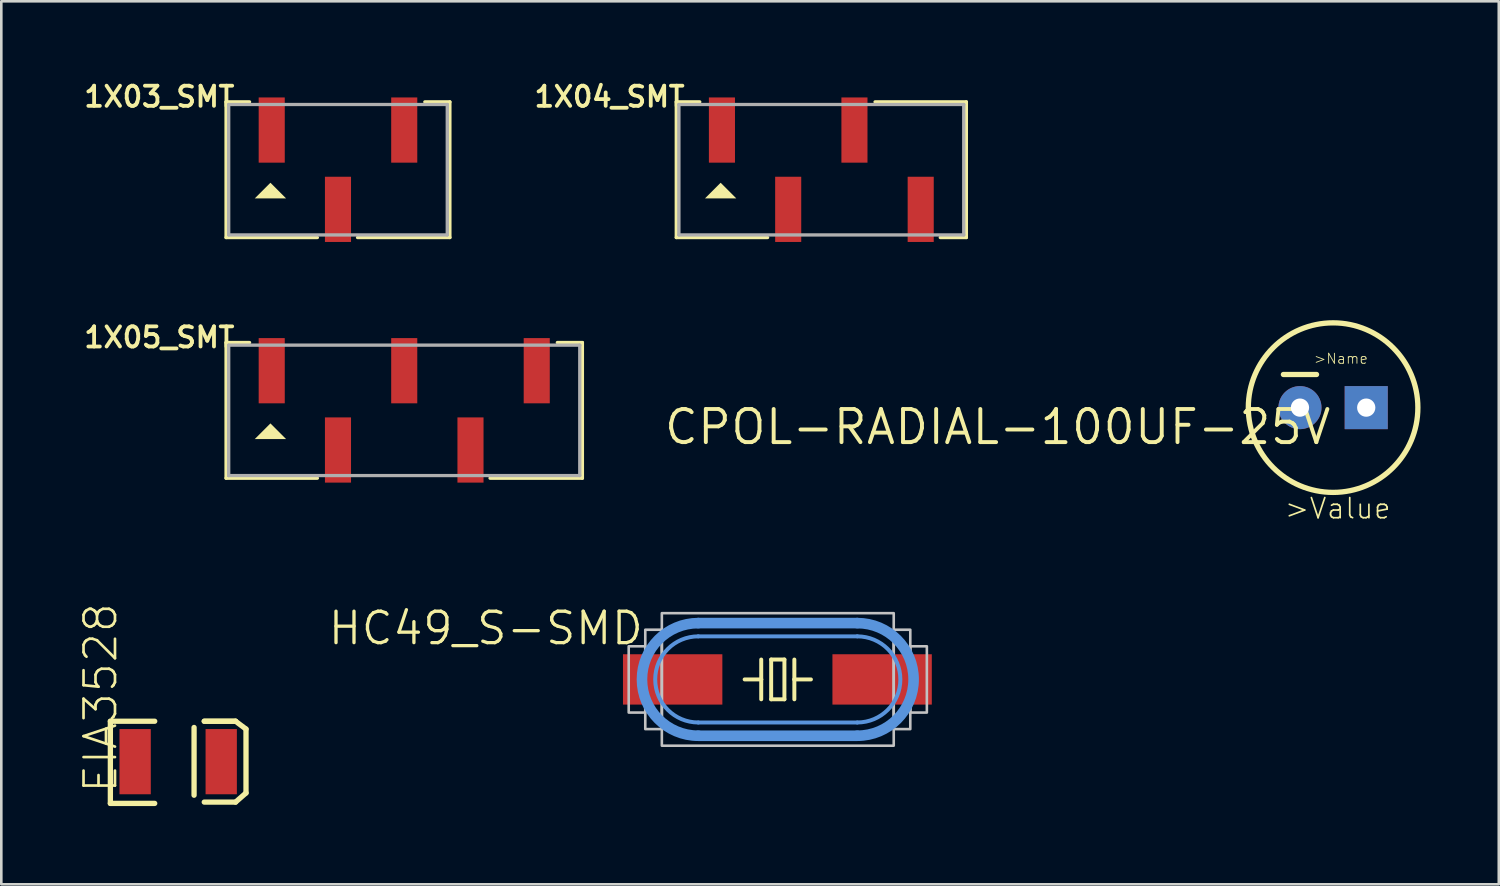
<source format=kicad_pcb>
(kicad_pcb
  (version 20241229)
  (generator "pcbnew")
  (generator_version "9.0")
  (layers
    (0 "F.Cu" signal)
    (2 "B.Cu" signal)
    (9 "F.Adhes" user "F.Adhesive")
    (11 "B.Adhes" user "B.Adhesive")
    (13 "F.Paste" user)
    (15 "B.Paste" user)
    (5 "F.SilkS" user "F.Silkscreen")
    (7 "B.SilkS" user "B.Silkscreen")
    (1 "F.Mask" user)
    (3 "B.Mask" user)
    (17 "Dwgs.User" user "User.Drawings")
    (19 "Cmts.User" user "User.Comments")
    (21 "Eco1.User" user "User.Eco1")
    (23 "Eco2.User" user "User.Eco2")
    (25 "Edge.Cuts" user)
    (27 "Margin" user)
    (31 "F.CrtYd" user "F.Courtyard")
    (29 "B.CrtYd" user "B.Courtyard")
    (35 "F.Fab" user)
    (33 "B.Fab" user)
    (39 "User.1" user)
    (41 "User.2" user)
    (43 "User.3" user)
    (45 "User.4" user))
  (footprint "HC49_S-SMD"
    (layer "F.Cu")
    (at 26.768 22.997)
    (property "Reference" "HC49_S-SMD" (at -5.08 -2.667 0) (layer "F.SilkS") (effects (font (size 1.206 1.206) (thickness 0.127)) (justify right top)))
    (attr through_hole)
    (fp_line (start -0.635 -0.762) (end -0.635 0) (stroke (width 0.152) (type solid)) (layer "F.SilkS"))
    (fp_line (start -0.635 0) (end -1.27 0) (stroke (width 0.152) (type solid)) (layer "F.SilkS"))
    (fp_line (start -0.635 0) (end -0.635 0.762) (stroke (width 0.152) (type solid)) (layer "F.SilkS"))
    (fp_line (start -0.254 -0.762) (end 0.254 -0.762) (stroke (width 0.152) (type solid)) (layer "F.SilkS"))
    (fp_line (start -0.254 0.762) (end -0.254 -0.762) (stroke (width 0.152) (type solid)) (layer "F.SilkS"))
    (fp_line (start 0.254 -0.762) (end 0.254 0.762) (stroke (width 0.152) (type solid)) (layer "F.SilkS"))
    (fp_line (start 0.254 0.762) (end -0.254 0.762) (stroke (width 0.152) (type solid)) (layer "F.SilkS"))
    (fp_line (start 0.635 -0.762) (end 0.635 0) (stroke (width 0.152) (type solid)) (layer "F.SilkS"))
    (fp_line (start 0.635 0) (end 0.635 0.762) (stroke (width 0.152) (type solid)) (layer "F.SilkS"))
    (fp_line (start 0.635 0) (end 1.27 0) (stroke (width 0.152) (type solid)) (layer "F.SilkS"))
    (fp_poly (pts (xy -5.715 1.27) (xy -5.08 1.27) (xy -5.08 -1.27) (xy -5.715 -1.27)) (stroke (width 0.1) (type solid)) (fill no) (layer "Dwgs.User"))
    (fp_poly (pts (xy -5.08 1.905) (xy -4.445 1.905) (xy -4.445 -1.905) (xy -5.08 -1.905)) (stroke (width 0.1) (type solid)) (fill no) (layer "Dwgs.User"))
    (fp_poly (pts (xy -4.445 2.54) (xy 4.445 2.54) (xy 4.445 -2.54) (xy -4.445 -2.54)) (stroke (width 0.1) (type solid)) (fill no) (layer "Dwgs.User"))
    (fp_poly (pts (xy 4.445 1.905) (xy 5.08 1.905) (xy 5.08 -1.905) (xy 4.445 -1.905)) (stroke (width 0.1) (type solid)) (fill no) (layer "Dwgs.User"))
    (fp_poly (pts (xy 5.08 1.27) (xy 5.715 1.27) (xy 5.715 -1.27) (xy 5.08 -1.27)) (stroke (width 0.1) (type solid)) (fill no) (layer "Dwgs.User"))
    (fp_line (start -3.048 -2.159) (end 3.048 -2.159) (stroke (width 0.406) (type solid)) (layer "Cmts.User"))
    (fp_line (start -3.048 1.651) (end 3.048 1.651) (stroke (width 0.152) (type solid)) (layer "Cmts.User"))
    (fp_line (start -3.048 2.159) (end 3.048 2.159) (stroke (width 0.406) (type solid)) (layer "Cmts.User"))
    (fp_line (start 3.048 -1.651) (end -3.048 -1.651) (stroke (width 0.152) (type solid)) (layer "Cmts.User"))
    (fp_arc (start -3.048 1.651) (mid -4.699 0) (end -3.048 -1.651) (stroke (width 0.1524) (type solid)) (layer "Cmts.User"))
    (fp_arc (start -3.048 2.159) (mid -5.207 0) (end -3.048 -2.159) (stroke (width 0.4064) (type solid)) (layer "Cmts.User"))
    (fp_arc (start 3.048 -2.159) (mid 5.207 0) (end 3.048 2.159) (stroke (width 0.4064) (type solid)) (layer "Cmts.User"))
    (fp_arc (start 3.048 -1.651) (mid 4.699 0) (end 3.048 1.651) (stroke (width 0.1524) (type solid)) (layer "Cmts.User"))
    (pad "1" smd rect (at -4.03 0) (size 3.81 1.93) (layers "F.Cu" "F.Mask" "F.Paste"))
    (pad "2" smd rect (at 4 0) (size 3.81 1.93) (layers "F.Cu" "F.Mask" "F.Paste")))
  (footprint "1X05_SMT"
    (layer "F.Cu")
    (at 12.447 12.682)
    (property "Reference" "1X05_SMT" (at -6.426 -3.25 0) (layer "F.SilkS") (effects (font (size 0.772 0.772) (thickness 0.146)) (justify right top)))
    (attr through_hole)
    (fp_line (start -6.83 -2.6) (end -6.83 2.6) (stroke (width 0.127) (type solid)) (layer "F.SilkS"))
    (fp_line (start -6.83 2.6) (end -3.33 2.6) (stroke (width 0.127) (type solid)) (layer "F.SilkS"))
    (fp_line (start -5.93 -2.6) (end -6.83 -2.6) (stroke (width 0.127) (type solid)) (layer "F.SilkS"))
    (fp_line (start 5.87 -2.6) (end 6.83 -2.6) (stroke (width 0.127) (type solid)) (layer "F.SilkS"))
    (fp_line (start 6.83 -2.6) (end 6.83 2.6) (stroke (width 0.127) (type solid)) (layer "F.SilkS"))
    (fp_line (start 6.83 2.6) (end 3.29 2.6) (stroke (width 0.127) (type solid)) (layer "F.SilkS"))
    (fp_poly (pts (xy -5.13 0.5) (xy -5.73 1.1) (xy -4.53 1.1)) (stroke (width 0) (type solid)) (fill yes) (layer "F.SilkS"))
    (fp_line (start -6.73 -2.5) (end 6.73 -2.5) (stroke (width 0.127) (type solid)) (layer "F.Fab"))
    (fp_line (start -6.73 2.5) (end -6.73 -2.5) (stroke (width 0.127) (type solid)) (layer "F.Fab"))
    (fp_line (start 6.73 -2.5) (end 6.73 2.5) (stroke (width 0.127) (type solid)) (layer "F.Fab"))
    (fp_line (start 6.73 2.5) (end -6.73 2.5) (stroke (width 0.127) (type solid)) (layer "F.Fab"))
    (pad "1" smd rect (at -5.08 -1.52) (size 1 2.5) (layers "F.Cu" "F.Mask" "F.Paste"))
    (pad "2" smd rect (at -2.54 1.52) (size 1 2.5) (layers "F.Cu" "F.Mask" "F.Paste"))
    (pad "3" smd rect (at 0 -1.52) (size 1 2.5) (layers "F.Cu" "F.Mask" "F.Paste"))
    (pad "4" smd rect (at 2.54 1.52) (size 1 2.5) (layers "F.Cu" "F.Mask" "F.Paste"))
    (pad "5" smd rect (at 5.08 -1.52) (size 1 2.5) (layers "F.Cu" "F.Mask" "F.Paste")))
  (footprint "CPOL-RADIAL-100UF-25V"
    (layer "F.Cu")
    (at 48.057 12.577)
    (property "Reference" "CPOL-RADIAL-100UF-25V" (at 0 0 0) (layer "F.SilkS") (effects (font (size 1.27 1.27) (thickness 0.15)) (justify right top)))
    (attr through_hole)
    (fp_line (start -0.635 -1.27) (end -1.905 -1.27) (stroke (width 0.203) (type solid)) (layer "F.SilkS"))
    (fp_circle (center 0 0) (end 3.25 0) (stroke (width 0.203) (type solid)) (fill no) (layer "F.SilkS"))
    (fp_text user ">Value" (at -1.905 4.318 0) (layer "F.SilkS") (effects (font (size 0.772 0.772) (thickness 0.065)) (justify left bottom)))
    (fp_text user ">Name" (at -0.762 -1.651 0) (layer "F.SilkS") (effects (font (size 0.386 0.386) (thickness 0.033)) (justify left bottom)))
    (pad "1" thru_hole rect (at 1.27 0) (size 1.651 1.651) (drill 0.7) (layers "*.Cu" "*.Mask"))
    (pad "2" thru_hole circle (at -1.27 0) (size 1.651 1.651) (drill 0.7) (layers "*.Cu" "*.Mask")))
  (footprint "EIA3528"
    (layer "F.Cu")
    (at 3.781 26.15)
    (property "Reference" "EIA3528" (at -2.27 1.27 90) (layer "F.SilkS") (effects (font (size 1.206 1.206) (thickness 0.102)) (justify left bottom)))
    (attr through_hole)
    (fp_line (start -2.6 -1.55) (end -0.9 -1.55) (stroke (width 0.203) (type solid)) (layer "F.SilkS"))
    (fp_line (start -2.6 1.6) (end -2.6 -1.55) (stroke (width 0.203) (type solid)) (layer "F.SilkS"))
    (fp_line (start -0.9 1.6) (end -2.6 1.6) (stroke (width 0.203) (type solid)) (layer "F.SilkS"))
    (fp_line (start 0.609 -1.311) (end 0.609 1.286) (stroke (width 0.203) (type solid)) (layer "F.SilkS"))
    (fp_line (start 1 1.55) (end 2.2 1.55) (stroke (width 0.203) (type solid)) (layer "F.SilkS"))
    (fp_line (start 2.2 -1.55) (end 1 -1.55) (stroke (width 0.203) (type solid)) (layer "F.SilkS"))
    (fp_line (start 2.2 -1.55) (end 1 -1.55) (stroke (width 0.203) (type solid)) (layer "F.SilkS"))
    (fp_line (start 2.2 1.55) (end 2.6 1.2) (stroke (width 0.203) (type solid)) (layer "F.SilkS"))
    (fp_line (start 2.6 -1.25) (end 2.2 -1.55) (stroke (width 0.203) (type solid)) (layer "F.SilkS"))
    (fp_line (start 2.6 1.2) (end 2.6 -1.25) (stroke (width 0.203) (type solid)) (layer "F.SilkS"))
    (pad "A" smd rect (at 1.65 0 90) (size 2.5 1.2) (layers "F.Cu" "F.Mask" "F.Paste"))
    (pad "C" smd rect (at -1.65 0 90) (size 2.5 1.2) (layers "F.Cu" "F.Mask" "F.Paste")))
  (footprint "1X04_SMT"
    (layer "F.Cu")
    (at 28.437 3.456)
    (property "Reference" "1X04_SMT" (at -5.156 -3.25 0) (layer "F.SilkS") (effects (font (size 0.772 0.772) (thickness 0.146)) (justify right top)))
    (attr through_hole)
    (fp_line (start -5.56 -2.6) (end -5.56 2.6) (stroke (width 0.127) (type solid)) (layer "F.SilkS"))
    (fp_line (start -5.56 2.6) (end -2.06 2.6) (stroke (width 0.127) (type solid)) (layer "F.SilkS"))
    (fp_line (start -4.66 -2.6) (end -5.56 -2.6) (stroke (width 0.127) (type solid)) (layer "F.SilkS"))
    (fp_line (start 2.06 -2.6) (end 5.56 -2.6) (stroke (width 0.127) (type solid)) (layer "F.SilkS"))
    (fp_line (start 5.56 -2.6) (end 5.56 2.6) (stroke (width 0.127) (type solid)) (layer "F.SilkS"))
    (fp_line (start 5.56 2.6) (end 4.56 2.6) (stroke (width 0.127) (type solid)) (layer "F.SilkS"))
    (fp_poly (pts (xy -3.86 0.5) (xy -4.46 1.1) (xy -3.26 1.1)) (stroke (width 0) (type solid)) (fill yes) (layer "F.SilkS"))
    (fp_line (start -5.46 -2.5) (end 5.46 -2.5) (stroke (width 0.127) (type solid)) (layer "F.Fab"))
    (fp_line (start -5.46 2.5) (end -5.46 -2.5) (stroke (width 0.127) (type solid)) (layer "F.Fab"))
    (fp_line (start 5.46 -2.5) (end 5.46 2.5) (stroke (width 0.127) (type solid)) (layer "F.Fab"))
    (fp_line (start 5.46 2.5) (end -5.46 2.5) (stroke (width 0.127) (type solid)) (layer "F.Fab"))
    (pad "1" smd rect (at -3.81 -1.52) (size 1 2.5) (layers "F.Cu" "F.Mask" "F.Paste"))
    (pad "2" smd rect (at -1.27 1.52) (size 1 2.5) (layers "F.Cu" "F.Mask" "F.Paste"))
    (pad "3" smd rect (at 1.27 -1.52) (size 1 2.5) (layers "F.Cu" "F.Mask" "F.Paste"))
    (pad "4" smd rect (at 3.81 1.52) (size 1 2.5) (layers "F.Cu" "F.Mask" "F.Paste")))
  (footprint "1X03_SMT"
    (layer "F.Cu")
    (at 9.907 3.456)
    (property "Reference" "1X03_SMT" (at -3.886 -3.25 0) (layer "F.SilkS") (effects (font (size 0.772 0.772) (thickness 0.146)) (justify right top)))
    (attr through_hole)
    (fp_line (start -4.29 -2.6) (end -4.29 2.6) (stroke (width 0.127) (type solid)) (layer "F.SilkS"))
    (fp_line (start -4.29 2.6) (end -0.79 2.6) (stroke (width 0.127) (type solid)) (layer "F.SilkS"))
    (fp_line (start -3.39 -2.6) (end -4.29 -2.6) (stroke (width 0.127) (type solid)) (layer "F.SilkS"))
    (fp_line (start 3.33 -2.6) (end 4.29 -2.6) (stroke (width 0.127) (type solid)) (layer "F.SilkS"))
    (fp_line (start 4.29 -2.6) (end 4.29 2.6) (stroke (width 0.127) (type solid)) (layer "F.SilkS"))
    (fp_line (start 4.29 2.6) (end 0.75 2.6) (stroke (width 0.127) (type solid)) (layer "F.SilkS"))
    (fp_poly (pts (xy -2.59 0.5) (xy -3.19 1.1) (xy -1.99 1.1)) (stroke (width 0) (type solid)) (fill yes) (layer "F.SilkS"))
    (fp_line (start -4.19 -2.5) (end 4.19 -2.5) (stroke (width 0.127) (type solid)) (layer "F.Fab"))
    (fp_line (start -4.19 2.5) (end -4.19 -2.5) (stroke (width 0.127) (type solid)) (layer "F.Fab"))
    (fp_line (start 4.19 -2.5) (end 4.19 2.5) (stroke (width 0.127) (type solid)) (layer "F.Fab"))
    (fp_line (start 4.19 2.5) (end -4.19 2.5) (stroke (width 0.127) (type solid)) (layer "F.Fab"))
    (pad "1" smd rect (at -2.54 -1.52) (size 1 2.5) (layers "F.Cu" "F.Mask" "F.Paste"))
    (pad "2" smd rect (at 0 1.52) (size 1 2.5) (layers "F.Cu" "F.Mask" "F.Paste"))
    (pad "3" smd rect (at 2.54 -1.52) (size 1 2.5) (layers "F.Cu" "F.Mask" "F.Paste")))
  (gr_rect
    (start -3 -3)
    (end 54.409 30.851)
    (stroke (width 0.1) (type default))
    (fill no)
    (layer "Edge.Cuts")))
</source>
